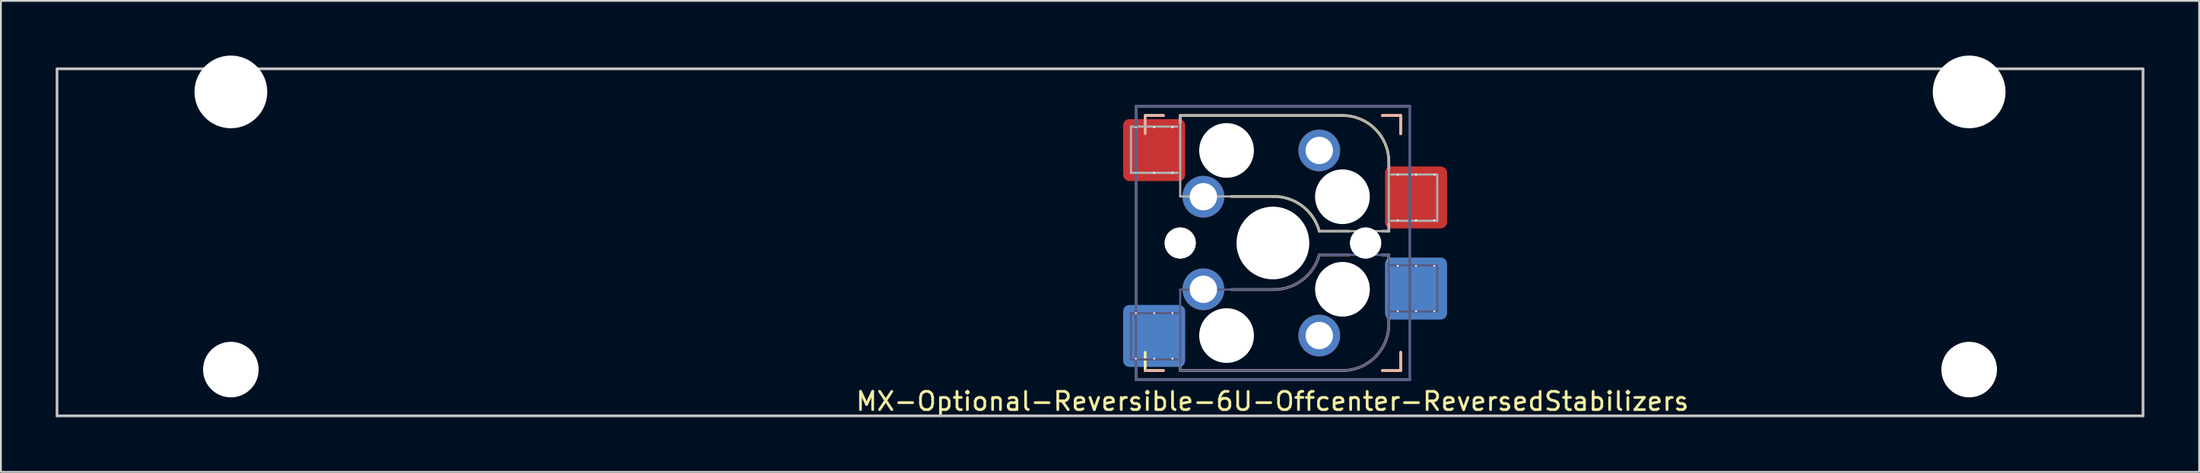
<source format=kicad_pcb>
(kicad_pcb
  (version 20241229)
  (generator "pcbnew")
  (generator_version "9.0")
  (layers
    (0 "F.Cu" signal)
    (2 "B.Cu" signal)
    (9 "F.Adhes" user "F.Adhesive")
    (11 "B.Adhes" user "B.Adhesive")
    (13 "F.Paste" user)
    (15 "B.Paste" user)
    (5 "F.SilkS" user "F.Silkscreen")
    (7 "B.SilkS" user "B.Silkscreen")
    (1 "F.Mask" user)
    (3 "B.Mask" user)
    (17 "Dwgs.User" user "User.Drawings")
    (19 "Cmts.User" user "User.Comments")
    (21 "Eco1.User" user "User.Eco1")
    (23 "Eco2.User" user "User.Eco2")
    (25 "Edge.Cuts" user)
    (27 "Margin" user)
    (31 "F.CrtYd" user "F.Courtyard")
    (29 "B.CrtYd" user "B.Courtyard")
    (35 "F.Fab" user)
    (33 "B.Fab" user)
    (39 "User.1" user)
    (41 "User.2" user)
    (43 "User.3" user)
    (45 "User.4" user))
  (footprint "MX-Optional-Reversible-6U-Offcenter-ReversedStabilizers"
    (layer "F.Cu")
    (at 66.75 10.249)
    (property "Reference" "MX-Optional-Reversible-6U-Offcenter-ReversedStabilizers" (at -0.077 8.726 180) (layer "F.SilkS") (effects (font (size 1 1) (thickness 0.15))))
    (attr smd)
    (fp_rect (start -8.258 -6.062) (end -4.858 -4.062) (stroke (width 0.1) (type solid)) (fill yes) (layer "F.Mask"))
    (fp_rect (start 6.092 -3.462) (end 9.492 -1.462) (stroke (width 0.1) (type solid)) (fill yes) (layer "F.Mask"))
    (fp_rect (start -4.858 4.138) (end -8.258 6.138) (stroke (width 0.1) (type solid)) (fill yes) (layer "B.Mask"))
    (fp_rect (start 9.492 1.538) (end 6.092 3.538) (stroke (width 0.1) (type solid)) (fill yes) (layer "B.Mask"))
    (fp_line (start -7.051 -6.962) (end -6.051 -6.962) (stroke (width 0.15) (type solid)) (layer "F.SilkS"))
    (fp_line (start -7.051 7.038) (end -7.051 6.038) (stroke (width 0.15) (type solid)) (layer "F.SilkS"))
    (fp_line (start -6.051 7.038) (end -7.051 7.038) (stroke (width 0.15) (type solid)) (layer "F.SilkS"))
    (fp_line (start -5.131 -6.581) (end -5.131 -6.962) (stroke (width 0.15) (type solid)) (layer "F.SilkS"))
    (fp_line (start -2.337 -2.517) (end -0.051 -2.517) (stroke (width 0.15) (type solid)) (layer "F.SilkS"))
    (fp_line (start 2.489 -0.612) (end 4.14 -0.612) (stroke (width 0.15) (type solid)) (layer "F.SilkS"))
    (fp_line (start 3.759 -6.962) (end -5.131 -6.962) (stroke (width 0.15) (type solid)) (layer "F.SilkS"))
    (fp_line (start 5.918 -0.612) (end 6.299 -0.612) (stroke (width 0.15) (type solid)) (layer "F.SilkS"))
    (fp_line (start 5.949 -6.962) (end 6.949 -6.962) (stroke (width 0.15) (type solid)) (layer "F.SilkS"))
    (fp_line (start 6.299 -4.041) (end 6.299 -4.422) (stroke (width 0.15) (type solid)) (layer "F.SilkS"))
    (fp_line (start 6.299 -0.612) (end 6.299 -0.993) (stroke (width 0.15) (type solid)) (layer "F.SilkS"))
    (fp_line (start 6.949 -6.962) (end 6.949 -5.962) (stroke (width 0.15) (type solid)) (layer "F.SilkS"))
    (fp_line (start 6.949 6.038) (end 6.949 7.038) (stroke (width 0.15) (type solid)) (layer "F.SilkS"))
    (fp_line (start 6.949 7.038) (end 5.949 7.038) (stroke (width 0.15) (type solid)) (layer "F.SilkS"))
    (fp_arc (start -0.05085 -2.51696) (mid 1.54712 -2.001754) (end 2.48915 -0.61196) (stroke (width 0.15) (type solid)) (layer "F.SilkS"))
    (fp_arc (start 3.75915 -6.96196) (mid 5.555201 -6.218011) (end 6.29915 -4.42196) (stroke (width 0.15) (type solid)) (layer "F.SilkS"))
    (fp_line (start -7.051 -6.962) (end -6.051 -6.962) (stroke (width 0.15) (type solid)) (layer "B.SilkS"))
    (fp_line (start -7.05 -6.96) (end -7.05 -5.96) (stroke (width 0.15) (type solid)) (layer "B.SilkS"))
    (fp_line (start -6.051 7.038) (end -7.051 7.038) (stroke (width 0.15) (type solid)) (layer "B.SilkS"))
    (fp_line (start -5.131 7.038) (end -5.131 6.657) (stroke (width 0.15) (type solid)) (layer "B.SilkS"))
    (fp_line (start -5.131 7.038) (end 3.759 7.038) (stroke (width 0.15) (type solid)) (layer "B.SilkS"))
    (fp_line (start -0.051 2.593) (end -2.337 2.593) (stroke (width 0.15) (type solid)) (layer "B.SilkS"))
    (fp_line (start 4.14 0.688) (end 2.489 0.688) (stroke (width 0.15) (type solid)) (layer "B.SilkS"))
    (fp_line (start 5.949 -6.962) (end 6.949 -6.962) (stroke (width 0.15) (type solid)) (layer "B.SilkS"))
    (fp_line (start 6.299 0.688) (end 5.918 0.688) (stroke (width 0.15) (type solid)) (layer "B.SilkS"))
    (fp_line (start 6.299 1.069) (end 6.299 0.688) (stroke (width 0.15) (type solid)) (layer "B.SilkS"))
    (fp_line (start 6.299 4.498) (end 6.299 4.117) (stroke (width 0.15) (type solid)) (layer "B.SilkS"))
    (fp_line (start 6.949 -6.962) (end 6.949 -5.962) (stroke (width 0.15) (type solid)) (layer "B.SilkS"))
    (fp_line (start 6.949 6.038) (end 6.949 7.038) (stroke (width 0.15) (type solid)) (layer "B.SilkS"))
    (fp_line (start 6.949 7.038) (end 5.949 7.038) (stroke (width 0.15) (type solid)) (layer "B.SilkS"))
    (fp_arc (start 2.48915 0.68804) (mid 1.547119 2.077831) (end -0.05085 2.59304) (stroke (width 0.15) (type solid)) (layer "B.SilkS"))
    (fp_arc (start 6.29915 4.49804) (mid 5.555201 6.294091) (end 3.75915 7.03804) (stroke (width 0.15) (type solid)) (layer "B.SilkS"))
    (fp_line (start -66.675 -9.525) (end 47.625 -9.525) (stroke (width 0.15) (type solid)) (layer "Dwgs.User"))
    (fp_line (start -66.675 9.525) (end -66.675 -9.525) (stroke (width 0.15) (type solid)) (layer "Dwgs.User"))
    (fp_line (start -66.675 9.525) (end 47.625 9.525) (stroke (width 0.15) (type solid)) (layer "Dwgs.User"))
    (fp_line (start 47.625 9.525) (end 47.625 -9.525) (stroke (width 0.15) (type solid)) (layer "Dwgs.User"))
    (fp_line (start -6.951 6.938) (end 6.849 6.938) (stroke (width 0.15) (type solid)) (layer "Eco2.User"))
    (fp_line (start -6.95 -6.86) (end -6.95 6.94) (stroke (width 0.15) (type solid)) (layer "Eco2.User"))
    (fp_line (start 6.848 6.94) (end 6.848 -6.86) (stroke (width 0.15) (type solid)) (layer "Eco2.User"))
    (fp_line (start 6.849 -6.862) (end -6.951 -6.862) (stroke (width 0.15) (type solid)) (layer "Eco2.User"))
    (fp_line (start -7.828 3.888) (end -7.828 6.428) (stroke (width 0.12) (type solid)) (layer "B.Fab"))
    (fp_line (start -7.828 6.428) (end -5.288 6.428) (stroke (width 0.12) (type solid)) (layer "B.Fab"))
    (fp_line (start -7.551 -7.462) (end 7.449 -7.462) (stroke (width 0.15) (type solid)) (layer "B.Fab"))
    (fp_line (start -7.551 7.538) (end -7.551 -7.462) (stroke (width 0.15) (type solid)) (layer "B.Fab"))
    (fp_line (start -5.288 3.888) (end -7.828 3.888) (stroke (width 0.12) (type solid)) (layer "B.Fab"))
    (fp_line (start -5.288 3.888) (end -7.828 3.888) (stroke (width 0.12) (type solid)) (layer "B.Fab"))
    (fp_line (start -5.131 2.593) (end -5.131 7.038) (stroke (width 0.12) (type solid)) (layer "B.Fab"))
    (fp_line (start -5.131 7.038) (end 3.759 7.038) (stroke (width 0.12) (type solid)) (layer "B.Fab"))
    (fp_line (start -0.051 2.593) (end -5.131 2.593) (stroke (width 0.12) (type solid)) (layer "B.Fab"))
    (fp_line (start 6.299 0.688) (end 2.489 0.688) (stroke (width 0.12) (type solid)) (layer "B.Fab"))
    (fp_line (start 6.299 4.498) (end 6.299 0.688) (stroke (width 0.12) (type solid)) (layer "B.Fab"))
    (fp_line (start 6.412 3.798) (end 8.952 3.798) (stroke (width 0.12) (type solid)) (layer "B.Fab"))
    (fp_line (start 7.449 -7.462) (end 7.449 7.538) (stroke (width 0.15) (type solid)) (layer "B.Fab"))
    (fp_line (start 7.449 7.538) (end -7.551 7.538) (stroke (width 0.15) (type solid)) (layer "B.Fab"))
    (fp_line (start 8.952 1.258) (end 6.412 1.258) (stroke (width 0.12) (type solid)) (layer "B.Fab"))
    (fp_line (start 8.952 3.798) (end 8.952 1.258) (stroke (width 0.12) (type solid)) (layer "B.Fab"))
    (fp_arc (start 2.48915 0.68804) (mid 1.547122 2.077836) (end -0.05085 2.59304) (stroke (width 0.12) (type solid)) (layer "B.Fab"))
    (fp_arc (start 6.29915 4.49804) (mid 5.555201 6.294091) (end 3.75915 7.03804) (stroke (width 0.12) (type solid)) (layer "B.Fab"))
    (fp_line (start -7.828 -6.352) (end -7.828 -3.812) (stroke (width 0.12) (type solid)) (layer "F.Fab"))
    (fp_line (start -7.828 -3.812) (end -5.288 -3.812) (stroke (width 0.12) (type solid)) (layer "F.Fab"))
    (fp_line (start -7.828 -3.812) (end -5.288 -3.812) (stroke (width 0.12) (type solid)) (layer "F.Fab"))
    (fp_line (start -7.551 -7.462) (end 7.449 -7.462) (stroke (width 0.15) (type solid)) (layer "F.Fab"))
    (fp_line (start -7.551 7.538) (end -7.551 -7.462) (stroke (width 0.15) (type solid)) (layer "F.Fab"))
    (fp_line (start -5.288 -6.352) (end -7.828 -6.352) (stroke (width 0.12) (type solid)) (layer "F.Fab"))
    (fp_line (start -5.131 -6.962) (end -5.131 -2.517) (stroke (width 0.12) (type solid)) (layer "F.Fab"))
    (fp_line (start -5.131 -2.517) (end -0.051 -2.517) (stroke (width 0.12) (type solid)) (layer "F.Fab"))
    (fp_line (start 2.489 -0.612) (end 6.299 -0.612) (stroke (width 0.12) (type solid)) (layer "F.Fab"))
    (fp_line (start 3.759 -6.962) (end -5.131 -6.962) (stroke (width 0.12) (type solid)) (layer "F.Fab"))
    (fp_line (start 6.299 -0.612) (end 6.299 -4.422) (stroke (width 0.12) (type solid)) (layer "F.Fab"))
    (fp_line (start 6.412 -1.182) (end 8.952 -1.182) (stroke (width 0.12) (type solid)) (layer "F.Fab"))
    (fp_line (start 7.449 7.538) (end -7.551 7.538) (stroke (width 0.15) (type solid)) (layer "F.Fab"))
    (fp_line (start 8.952 -3.722) (end 6.412 -3.722) (stroke (width 0.12) (type solid)) (layer "F.Fab"))
    (fp_line (start 8.952 -1.182) (end 8.952 -3.722) (stroke (width 0.12) (type solid)) (layer "F.Fab"))
    (fp_arc (start -0.05085 -2.51696) (mid 1.547122 -2.001755) (end 2.48915 -0.61196) (stroke (width 0.12) (type solid)) (layer "F.Fab"))
    (fp_arc (start 3.75915 -6.96196) (mid 5.555201 -6.218011) (end 6.29915 -4.42196) (stroke (width 0.12) (type solid)) (layer "F.Fab"))
    (pad "" np_thru_hole circle (at -57.15 -8.255) (size 3.988 3.988) (drill 3.988) (layers "*.Cu" "*.Mask"))
    (pad "" np_thru_hole circle (at -57.15 6.985) (size 3.048 3.048) (drill 3.048) (layers "*.Cu" "*.Mask"))
    (pad "" np_thru_hole circle (at -5.131 0.038 180) (size 1.702 1.702) (drill 1.702) (layers "*.Cu" "*.Mask"))
    (pad "" np_thru_hole circle (at -5.131 0.038) (size 1.702 1.702) (drill 1.702) (layers "*.Cu" "*.Mask"))
    (pad "" np_thru_hole circle (at -2.591 -5.042) (size 3 3) (drill 3) (layers "*.Cu" "*.Mask"))
    (pad "" np_thru_hole circle (at -2.591 5.118 180) (size 3 3) (drill 3) (layers "*.Cu" "*.Mask"))
    (pad "" np_thru_hole circle (at -0.051 0.038) (size 3.988 3.988) (drill 3.988) (layers "*.Cu" "*.Mask"))
    (pad "" np_thru_hole circle (at 3.759 -2.502) (size 3 3) (drill 3) (layers "*.Cu" "*.Mask"))
    (pad "" np_thru_hole circle (at 3.759 2.578 180) (size 3 3) (drill 3) (layers "*.Cu" "*.Mask"))
    (pad "" np_thru_hole circle (at 5.029 0.038) (size 1.702 1.702) (drill 1.702) (layers "*.Cu" "*.Mask"))
    (pad "" np_thru_hole circle (at 5.029 0.038 180) (size 1.702 1.702) (drill 1.702) (layers "*.Cu" "*.Mask"))
    (pad "" np_thru_hole circle (at 38.1 -8.255) (size 3.988 3.988) (drill 3.988) (layers "*.Cu" "*.Mask"))
    (pad "" np_thru_hole circle (at 38.1 6.985) (size 3.048 3.048) (drill 3.048) (layers "*.Cu" "*.Mask"))
    (pad "1" thru_hole circle (at -7.558 -6.312 270) (size 0.1 0.1) (drill 0.3) (layers "*.Cu" "*.Mask"))
    (pad "1" thru_hole circle (at -7.558 -3.812 270) (size 0.1 0.1) (drill 0.3) (layers "*.Cu" "*.Mask"))
    (pad "1" thru_hole circle (at -7.558 3.888 270) (size 0.1 0.1) (drill 0.3) (layers "*.Cu" "*.Mask"))
    (pad "1" thru_hole circle (at -7.558 6.388 270) (size 0.1 0.1) (drill 0.3) (layers "*.Cu" "*.Mask"))
    (pad "1" thru_hole circle (at -6.558 -6.312 270) (size 0.1 0.1) (drill 0.3) (layers "*.Cu"))
    (pad "1" smd roundrect (at -6.558 -5.062 180) (size 3.4 3.4) (property pad_prop_bga) (layers "F.Cu" "F.Paste") (roundrect_rratio 0.1))
    (pad "1" thru_hole circle (at -6.558 -3.812 270) (size 0.1 0.1) (drill 0.3) (layers "*.Cu" "*.Mask"))
    (pad "1" thru_hole circle (at -6.558 3.888 270) (size 0.1 0.1) (drill 0.3) (layers "*.Cu" "*.Mask"))
    (pad "1" smd roundrect (at -6.558 5.138) (size 3.4 3.4) (property pad_prop_bga) (layers "B.Cu" "B.Paste") (roundrect_rratio 0.1))
    (pad "1" thru_hole circle (at -6.558 6.388 270) (size 0.1 0.1) (drill 0.3) (layers "*.Cu"))
    (pad "1" thru_hole circle (at -5.558 -6.312 270) (size 0.1 0.1) (drill 0.3) (layers "*.Cu"))
    (pad "1" thru_hole circle (at -5.558 -3.812 270) (size 0.1 0.1) (drill 0.3) (layers "*.Cu" "*.Mask"))
    (pad "1" thru_hole circle (at -5.558 3.888 270) (size 0.1 0.1) (drill 0.3) (layers "*.Cu" "*.Mask"))
    (pad "1" thru_hole circle (at -5.558 6.388 270) (size 0.1 0.1) (drill 0.3) (layers "*.Cu"))
    (pad "1" thru_hole circle (at -3.861 -2.502) (size 2.286 2.286) (drill 1.499) (layers "*.Cu" "*.Mask"))
    (pad "1" thru_hole circle (at -3.861 2.578 180) (size 2.286 2.286) (drill 1.499) (layers "*.Cu" "*.Mask"))
    (pad "2" thru_hole circle (at 2.489 -5.042) (size 2.286 2.286) (drill 1.499) (layers "*.Cu" "*.Mask"))
    (pad "2" thru_hole circle (at 2.489 5.118 180) (size 2.286 2.286) (drill 1.499) (layers "*.Cu" "*.Mask"))
    (pad "2" thru_hole circle (at 6.792 -3.712 270) (size 0.1 0.1) (drill 0.3) (layers "*.Cu" "*.Mask"))
    (pad "2" thru_hole circle (at 6.792 -1.212 270) (size 0.1 0.1) (drill 0.3) (layers "*.Cu" "*.Mask"))
    (pad "2" thru_hole circle (at 6.792 1.288 270) (size 0.1 0.1) (drill 0.3) (layers "*.Cu" "*.Mask"))
    (pad "2" thru_hole circle (at 6.792 3.788 270) (size 0.1 0.1) (drill 0.3) (layers "*.Cu" "*.Mask"))
    (pad "2" thru_hole circle (at 7.792 -3.712 270) (size 0.1 0.1) (drill 0.3) (layers "*.Cu"))
    (pad "2" smd roundrect (at 7.792 -2.462 180) (size 3.4 3.4) (property pad_prop_bga) (layers "F.Cu" "F.Paste") (roundrect_rratio 0.1))
    (pad "2" thru_hole circle (at 7.792 -1.212 270) (size 0.1 0.1) (drill 0.3) (layers "*.Cu" "*.Mask"))
    (pad "2" thru_hole circle (at 7.792 1.288 270) (size 0.1 0.1) (drill 0.3) (layers "*.Cu" "*.Mask"))
    (pad "2" smd roundrect (at 7.792 2.538) (size 3.4 3.4) (property pad_prop_bga) (layers "B.Cu" "B.Paste") (roundrect_rratio 0.1))
    (pad "2" thru_hole circle (at 7.792 3.788 270) (size 0.1 0.1) (drill 0.3) (layers "*.Cu"))
    (pad "2" thru_hole circle (at 8.792 -3.712 270) (size 0.1 0.1) (drill 0.3) (layers "*.Cu"))
    (pad "2" thru_hole circle (at 8.792 -1.212 270) (size 0.1 0.1) (drill 0.3) (layers "*.Cu" "*.Mask"))
    (pad "2" thru_hole circle (at 8.792 1.288 270) (size 0.1 0.1) (drill 0.3) (layers "*.Cu" "*.Mask"))
    (pad "2" thru_hole circle (at 8.792 3.788 270) (size 0.1 0.1) (drill 0.3) (layers "*.Cu")))
  (gr_rect
    (start -3 -3)
    (end 117.45 22.849)
    (stroke (width 0.1) (type default))
    (fill no)
    (layer "Edge.Cuts")))
</source>
